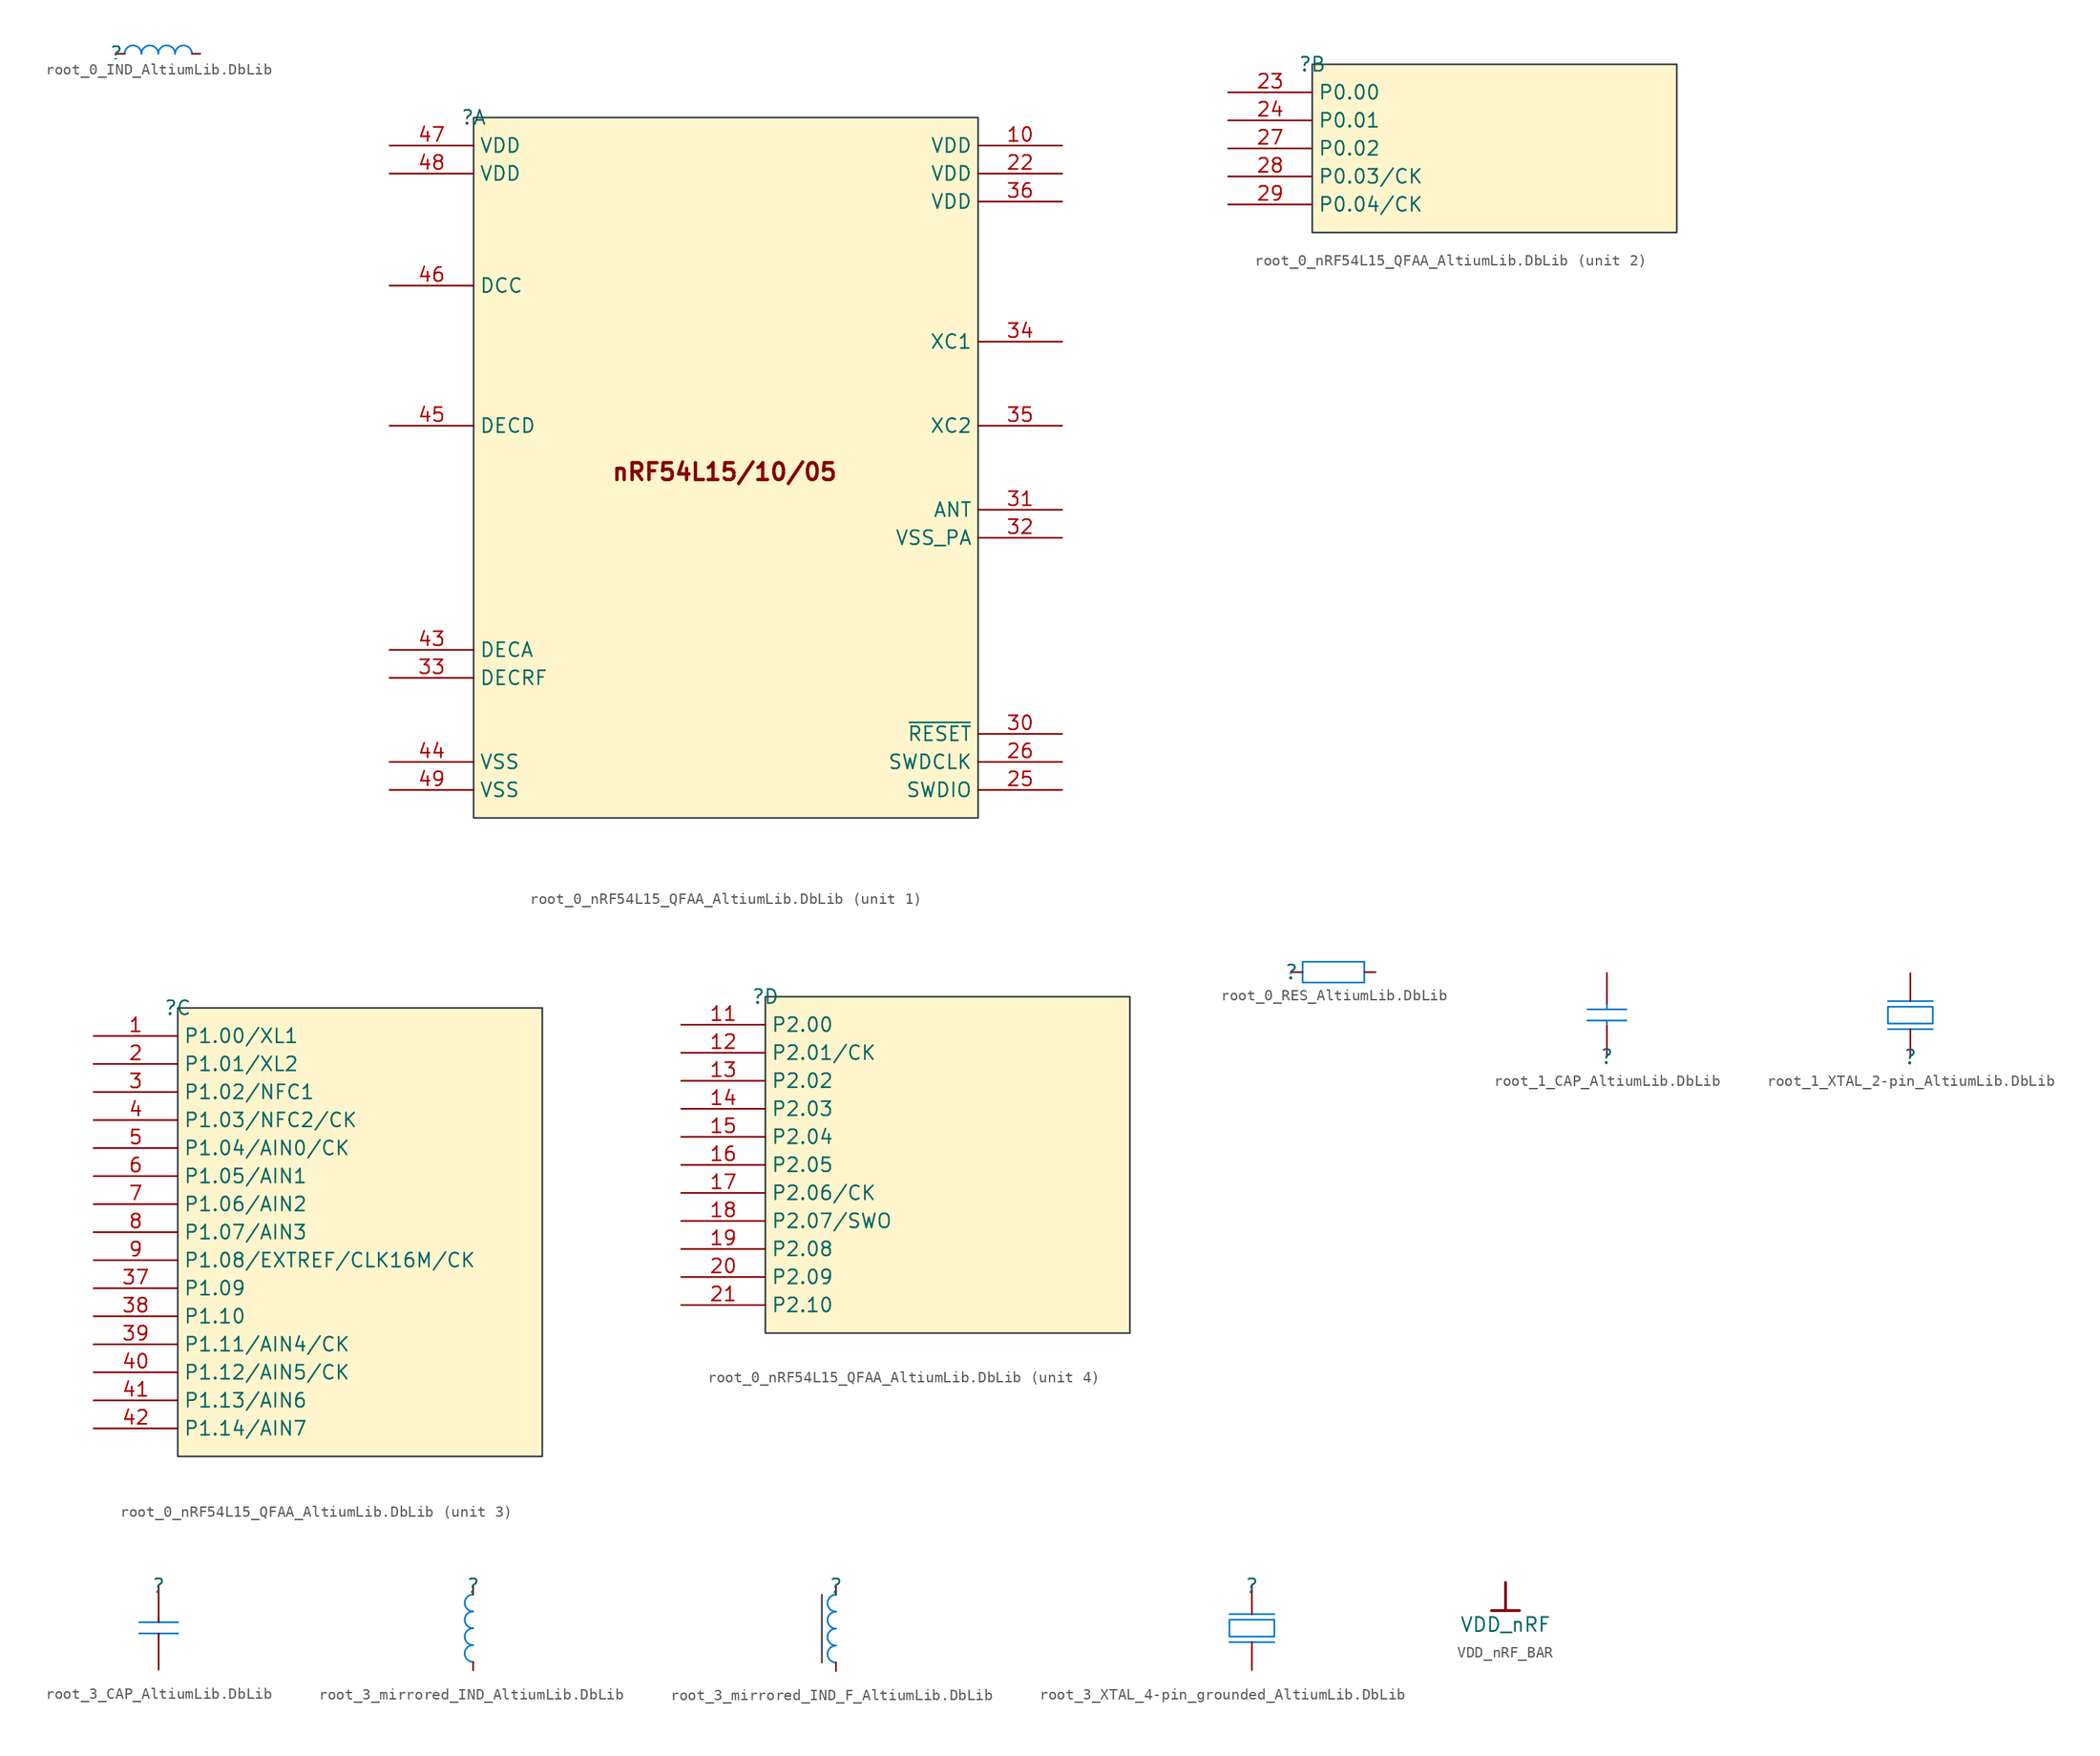
<source format=kicad_sym>
(kicad_symbol_lib
  (version 20241209)
  (generator "kicad_symbol_editor")
  (generator_version "9.0")
  (symbol "root_0_IND_AltiumLib.DbLib"
    (pin_numbers
      (hide yes))
    (pin_names
      (hide yes))
    (property "Reference" ""
      (at 0 0 0)
      (effects (font (size 1.27 1.27))))
    (property "Value" ""
      (at 0 0 0)
      (effects (font (size 1.27 1.27))))
    (symbol "root_0_IND_AltiumLib.DbLib_1_0"
      (arc (start 0.762 0) (mid 1.524 0.762) (end 2.286 0) (stroke (width 0) (type solid) (color 0 119 200 1)) (fill (type none)))
      (arc (start 2.286 0) (mid 3.048 0.762) (end 3.81 0) (stroke (width 0) (type solid) (color 0 119 200 1)) (fill (type none)))
      (arc (start 3.81 0) (mid 4.572 0.762) (end 5.334 0) (stroke (width 0) (type solid) (color 0 119 200 1)) (fill (type none)))
      (arc (start 5.334 0) (mid 6.096 0.762) (end 6.858 0) (stroke (width 0) (type solid) (color 0 119 200 1)) (fill (type none)))
      (pin passive line (at 0 0 0) (length 0.762) (name "1" (effects (font (size 1.27 1.27)))) (number "1" (effects (font (size 1.27 1.27)))))
      (pin passive line (at 7.62 0 180) (length 0.762) (name "2" (effects (font (size 1.27 1.27)))) (number "2" (effects (font (size 1.27 1.27)))))))
  (symbol "root_0_nRF54L15_QFAA_AltiumLib.DbLib"
    (property "Reference" ""
      (at 0 0 0)
      (effects (font (size 1.27 1.27))))
    (property "Value" ""
      (at 0 0 0)
      (effects (font (size 1.27 1.27))))
    (symbol "root_0_nRF54L15_QFAA_AltiumLib.DbLib_1_0"
      (rectangle (start 45.72 0) (end 0 -63.5) (stroke (width 0) (type solid) (color 51 63 72 1)) (fill (type color) (color 255 245 204 1)))
      (text "nRF54L15/10/05" (at 22.749 -33.02 0) (effects (font (size 1.524 1.524) (thickness 0.305) (bold yes)) (justify bottom)))
      (pin power_in line (at -7.62 -2.54 0) (length 7.62) (name "VDD" (effects (font (size 1.27 1.27)))) (number "47" (effects (font (size 1.27 1.27)))))
      (pin power_in line (at -7.62 -5.08 0) (length 7.62) (name "VDD" (effects (font (size 1.27 1.27)))) (number "48" (effects (font (size 1.27 1.27)))))
      (pin output line (at -7.62 -15.24 0) (length 7.62) (name "DCC" (effects (font (size 1.27 1.27)))) (number "46" (effects (font (size 1.27 1.27)))))
      (pin power_in line (at -7.62 -27.94 0) (length 7.62) (name "DECD" (effects (font (size 1.27 1.27)))) (number "45" (effects (font (size 1.27 1.27)))))
      (pin power_in line (at -7.62 -48.26 0) (length 7.62) (name "DECA" (effects (font (size 1.27 1.27)))) (number "43" (effects (font (size 1.27 1.27)))))
      (pin power_in line (at -7.62 -50.8 0) (length 7.62) (name "DECRF" (effects (font (size 1.27 1.27)))) (number "33" (effects (font (size 1.27 1.27)))))
      (pin power_in line (at -7.62 -58.42 0) (length 7.62) (name "VSS" (effects (font (size 1.27 1.27)))) (number "44" (effects (font (size 1.27 1.27)))))
      (pin power_in line (at -7.62 -60.96 0) (length 7.62) (name "VSS" (effects (font (size 1.27 1.27)))) (number "49" (effects (font (size 1.27 1.27)))))
      (pin power_in line (at 53.34 -2.54 180) (length 7.62) (name "VDD" (effects (font (size 1.27 1.27)))) (number "10" (effects (font (size 1.27 1.27)))))
      (pin power_in line (at 53.34 -5.08 180) (length 7.62) (name "VDD" (effects (font (size 1.27 1.27)))) (number "22" (effects (font (size 1.27 1.27)))))
      (pin power_in line (at 53.34 -7.62 180) (length 7.62) (name "VDD" (effects (font (size 1.27 1.27)))) (number "36" (effects (font (size 1.27 1.27)))))
      (pin input line (at 53.34 -20.32 180) (length 7.62) (name "XC1" (effects (font (size 1.27 1.27)))) (number "34" (effects (font (size 1.27 1.27)))))
      (pin output line (at 53.34 -27.94 180) (length 7.62) (name "XC2" (effects (font (size 1.27 1.27)))) (number "35" (effects (font (size 1.27 1.27)))))
      (pin bidirectional line (at 53.34 -35.56 180) (length 7.62) (name "ANT" (effects (font (size 1.27 1.27)))) (number "31" (effects (font (size 1.27 1.27)))))
      (pin power_in line (at 53.34 -38.1 180) (length 7.62) (name "VSS_PA" (effects (font (size 1.27 1.27)))) (number "32" (effects (font (size 1.27 1.27)))))
      (pin input line (at 53.34 -55.88 180) (length 7.62) (name "~{RESET}" (effects (font (size 1.27 1.27)))) (number "30" (effects (font (size 1.27 1.27)))))
      (pin input line (at 53.34 -58.42 180) (length 7.62) (name "SWDCLK" (effects (font (size 1.27 1.27)))) (number "26" (effects (font (size 1.27 1.27)))))
      (pin bidirectional line (at 53.34 -60.96 180) (length 7.62) (name "SWDIO" (effects (font (size 1.27 1.27)))) (number "25" (effects (font (size 1.27 1.27))))))
    (symbol "root_0_nRF54L15_QFAA_AltiumLib.DbLib_2_0"
      (rectangle (start 33.02 0) (end 0 -15.24) (stroke (width 0) (type solid) (color 51 63 72 1)) (fill (type color) (color 255 245 204 1)))
      (pin bidirectional line (at -7.62 -2.54 0) (length 7.62) (name "P0.00" (effects (font (size 1.27 1.27)))) (number "23" (effects (font (size 1.27 1.27)))))
      (pin bidirectional line (at -7.62 -5.08 0) (length 7.62) (name "P0.01" (effects (font (size 1.27 1.27)))) (number "24" (effects (font (size 1.27 1.27)))))
      (pin bidirectional line (at -7.62 -7.62 0) (length 7.62) (name "P0.02" (effects (font (size 1.27 1.27)))) (number "27" (effects (font (size 1.27 1.27)))))
      (pin bidirectional line (at -7.62 -10.16 0) (length 7.62) (name "P0.03/CK" (effects (font (size 1.27 1.27)))) (number "28" (effects (font (size 1.27 1.27)))))
      (pin bidirectional line (at -7.62 -12.7 0) (length 7.62) (name "P0.04/CK" (effects (font (size 1.27 1.27)))) (number "29" (effects (font (size 1.27 1.27))))))
    (symbol "root_0_nRF54L15_QFAA_AltiumLib.DbLib_3_0"
      (rectangle (start 33.02 0) (end 0 -40.64) (stroke (width 0) (type solid) (color 51 63 72 1)) (fill (type color) (color 255 245 204 1)))
      (pin bidirectional line (at -7.62 -2.54 0) (length 7.62) (name "P1.00/XL1" (effects (font (size 1.27 1.27)))) (number "1" (effects (font (size 1.27 1.27)))))
      (pin bidirectional line (at -7.62 -5.08 0) (length 7.62) (name "P1.01/XL2" (effects (font (size 1.27 1.27)))) (number "2" (effects (font (size 1.27 1.27)))))
      (pin bidirectional line (at -7.62 -7.62 0) (length 7.62) (name "P1.02/NFC1" (effects (font (size 1.27 1.27)))) (number "3" (effects (font (size 1.27 1.27)))))
      (pin bidirectional line (at -7.62 -10.16 0) (length 7.62) (name "P1.03/NFC2/CK" (effects (font (size 1.27 1.27)))) (number "4" (effects (font (size 1.27 1.27)))))
      (pin bidirectional line (at -7.62 -12.7 0) (length 7.62) (name "P1.04/AIN0/CK" (effects (font (size 1.27 1.27)))) (number "5" (effects (font (size 1.27 1.27)))))
      (pin bidirectional line (at -7.62 -15.24 0) (length 7.62) (name "P1.05/AIN1" (effects (font (size 1.27 1.27)))) (number "6" (effects (font (size 1.27 1.27)))))
      (pin bidirectional line (at -7.62 -17.78 0) (length 7.62) (name "P1.06/AIN2" (effects (font (size 1.27 1.27)))) (number "7" (effects (font (size 1.27 1.27)))))
      (pin bidirectional line (at -7.62 -20.32 0) (length 7.62) (name "P1.07/AIN3" (effects (font (size 1.27 1.27)))) (number "8" (effects (font (size 1.27 1.27)))))
      (pin bidirectional line (at -7.62 -22.86 0) (length 7.62) (name "P1.08/EXTREF/CLK16M/CK" (effects (font (size 1.27 1.27)))) (number "9" (effects (font (size 1.27 1.27)))))
      (pin bidirectional line (at -7.62 -25.4 0) (length 7.62) (name "P1.09" (effects (font (size 1.27 1.27)))) (number "37" (effects (font (size 1.27 1.27)))))
      (pin bidirectional line (at -7.62 -27.94 0) (length 7.62) (name "P1.10" (effects (font (size 1.27 1.27)))) (number "38" (effects (font (size 1.27 1.27)))))
      (pin bidirectional line (at -7.62 -30.48 0) (length 7.62) (name "P1.11/AIN4/CK" (effects (font (size 1.27 1.27)))) (number "39" (effects (font (size 1.27 1.27)))))
      (pin bidirectional line (at -7.62 -33.02 0) (length 7.62) (name "P1.12/AIN5/CK" (effects (font (size 1.27 1.27)))) (number "40" (effects (font (size 1.27 1.27)))))
      (pin bidirectional line (at -7.62 -35.56 0) (length 7.62) (name "P1.13/AIN6" (effects (font (size 1.27 1.27)))) (number "41" (effects (font (size 1.27 1.27)))))
      (pin bidirectional line (at -7.62 -38.1 0) (length 7.62) (name "P1.14/AIN7" (effects (font (size 1.27 1.27)))) (number "42" (effects (font (size 1.27 1.27))))))
    (symbol "root_0_nRF54L15_QFAA_AltiumLib.DbLib_4_0"
      (rectangle (start 33.02 0) (end 0 -30.48) (stroke (width 0) (type solid) (color 51 63 72 1)) (fill (type color) (color 255 245 204 1)))
      (pin bidirectional line (at -7.62 -2.54 0) (length 7.62) (name "P2.00" (effects (font (size 1.27 1.27)))) (number "11" (effects (font (size 1.27 1.27)))))
      (pin bidirectional line (at -7.62 -5.08 0) (length 7.62) (name "P2.01/CK" (effects (font (size 1.27 1.27)))) (number "12" (effects (font (size 1.27 1.27)))))
      (pin bidirectional line (at -7.62 -7.62 0) (length 7.62) (name "P2.02" (effects (font (size 1.27 1.27)))) (number "13" (effects (font (size 1.27 1.27)))))
      (pin bidirectional line (at -7.62 -10.16 0) (length 7.62) (name "P2.03" (effects (font (size 1.27 1.27)))) (number "14" (effects (font (size 1.27 1.27)))))
      (pin bidirectional line (at -7.62 -12.7 0) (length 7.62) (name "P2.04" (effects (font (size 1.27 1.27)))) (number "15" (effects (font (size 1.27 1.27)))))
      (pin bidirectional line (at -7.62 -15.24 0) (length 7.62) (name "P2.05" (effects (font (size 1.27 1.27)))) (number "16" (effects (font (size 1.27 1.27)))))
      (pin bidirectional line (at -7.62 -17.78 0) (length 7.62) (name "P2.06/CK" (effects (font (size 1.27 1.27)))) (number "17" (effects (font (size 1.27 1.27)))))
      (pin bidirectional line (at -7.62 -20.32 0) (length 7.62) (name "P2.07/SWO" (effects (font (size 1.27 1.27)))) (number "18" (effects (font (size 1.27 1.27)))))
      (pin bidirectional line (at -7.62 -22.86 0) (length 7.62) (name "P2.08" (effects (font (size 1.27 1.27)))) (number "19" (effects (font (size 1.27 1.27)))))
      (pin bidirectional line (at -7.62 -25.4 0) (length 7.62) (name "P2.09" (effects (font (size 1.27 1.27)))) (number "20" (effects (font (size 1.27 1.27)))))
      (pin bidirectional line (at -7.62 -27.94 0) (length 7.62) (name "P2.10" (effects (font (size 1.27 1.27)))) (number "21" (effects (font (size 1.27 1.27)))))))
  (symbol "root_0_RES_AltiumLib.DbLib"
    (pin_numbers
      (hide yes))
    (pin_names
      (hide yes))
    (property "Reference" ""
      (at 0 0 0)
      (effects (font (size 1.27 1.27))))
    (property "Value" ""
      (at 0 0 0)
      (effects (font (size 1.27 1.27))))
    (symbol "root_0_RES_AltiumLib.DbLib_1_0"
      (polyline (pts (xy 6.604 0.94) (xy 1.016 0.94) (xy 1.016 -0.94) (xy 6.604 -0.94) (xy 6.604 0.94)) (stroke (width 0) (type solid) (color 0 119 200 1)) (fill (type none)))
      (pin passive line (at 0 0 0) (length 1.016) (name "1" (effects (font (size 1.27 1.27)))) (number "1" (effects (font (size 1.27 1.27)))))
      (pin passive line (at 7.62 0 180) (length 1.016) (name "2" (effects (font (size 1.27 1.27)))) (number "2" (effects (font (size 1.27 1.27)))))))
  (symbol "root_1_CAP_AltiumLib.DbLib"
    (pin_numbers
      (hide yes))
    (pin_names
      (hide yes))
    (property "Reference" ""
      (at 0 0 0)
      (effects (font (size 1.27 1.27))))
    (property "Value" ""
      (at 0 0 0)
      (effects (font (size 1.27 1.27))))
    (symbol "root_1_CAP_AltiumLib.DbLib_1_0"
      (polyline (pts (xy 0 4.318) (xy 0 4.826)) (stroke (width 0) (type solid) (color 0 119 200 1)) (fill (type none)))
      (polyline (pts (xy 0 3.302) (xy 0 2.794)) (stroke (width 0) (type solid) (color 0 119 200 1)) (fill (type none)))
      (polyline (pts (xy 1.778 4.318) (xy -1.778 4.318)) (stroke (width 0) (type solid) (color 0 119 200 1)) (fill (type none)))
      (polyline (pts (xy 1.778 3.302) (xy -1.778 3.302)) (stroke (width 0) (type solid) (color 0 119 200 1)) (fill (type none)))
      (pin passive line (at 0 7.62 270) (length 2.794) (name "2" (effects (font (size 1.27 1.27)))) (number "2" (effects (font (size 1.27 1.27)))))
      (pin passive line (at 0 0 90) (length 2.794) (name "1" (effects (font (size 1.27 1.27)))) (number "1" (effects (font (size 1.27 1.27)))))))
  (symbol "root_1_XTAL_2-pin_AltiumLib.DbLib"
    (pin_numbers
      (hide yes))
    (pin_names
      (hide yes))
    (property "Reference" ""
      (at 0 0 0)
      (effects (font (size 1.27 1.27))))
    (property "Value" ""
      (at 0 0 0)
      (effects (font (size 1.27 1.27))))
    (symbol "root_1_XTAL_2-pin_AltiumLib.DbLib_1_0"
      (polyline (pts (xy -2.032 5.08) (xy 2.032 5.08)) (stroke (width 0) (type solid) (color 0 119 200 1)) (fill (type none)))
      (polyline (pts (xy -2.032 2.54) (xy 2.032 2.54)) (stroke (width 0) (type solid) (color 0 119 200 1)) (fill (type none)))
      (polyline (pts (xy 2.032 4.572) (xy -2.032 4.572) (xy -2.032 3.048) (xy 2.032 3.048) (xy 2.032 4.572)) (stroke (width 0) (type solid) (color 0 119 200 1)) (fill (type none)))
      (pin passive line (at 0 7.62 270) (length 2.54) (name "out" (effects (font (size 1.27 1.27)))) (number "2" (effects (font (size 1.27 1.27)))))
      (pin passive line (at 0 0 90) (length 2.54) (name "inp" (effects (font (size 1.27 1.27)))) (number "1" (effects (font (size 1.27 1.27)))))))
  (symbol "root_3_CAP_AltiumLib.DbLib"
    (pin_numbers
      (hide yes))
    (pin_names
      (hide yes))
    (property "Reference" ""
      (at 0 0 0)
      (effects (font (size 1.27 1.27))))
    (property "Value" ""
      (at 0 0 0)
      (effects (font (size 1.27 1.27))))
    (symbol "root_3_CAP_AltiumLib.DbLib_1_0"
      (polyline (pts (xy -1.778 -3.302) (xy 1.778 -3.302)) (stroke (width 0) (type solid) (color 0 119 200 1)) (fill (type none)))
      (polyline (pts (xy -1.778 -4.318) (xy 1.778 -4.318)) (stroke (width 0) (type solid) (color 0 119 200 1)) (fill (type none)))
      (polyline (pts (xy 0 -3.302) (xy 0 -2.794)) (stroke (width 0) (type solid) (color 0 119 200 1)) (fill (type none)))
      (polyline (pts (xy 0 -4.318) (xy 0 -4.826)) (stroke (width 0) (type solid) (color 0 119 200 1)) (fill (type none)))
      (pin passive line (at 0 0 270) (length 3.302) (name "1" (effects (font (size 1.27 1.27)))) (number "1" (effects (font (size 1.27 1.27)))))
      (pin passive line (at 0 -7.62 90) (length 3.302) (name "2" (effects (font (size 1.27 1.27)))) (number "2" (effects (font (size 1.27 1.27)))))))
  (symbol "root_3_mirrored_IND_AltiumLib.DbLib"
    (pin_numbers
      (hide yes))
    (pin_names
      (hide yes))
    (property "Reference" ""
      (at 0 0 0)
      (effects (font (size 1.27 1.27))))
    (property "Value" ""
      (at 0 0 0)
      (effects (font (size 1.27 1.27))))
    (symbol "root_3_mirrored_IND_AltiumLib.DbLib_1_0"
      (arc (start 0 -2.286) (mid -0.762 -1.524) (end 0 -0.762) (stroke (width 0) (type solid) (color 0 119 200 1)) (fill (type none)))
      (arc (start 0 -3.81) (mid -0.762 -3.048) (end 0 -2.286) (stroke (width 0) (type solid) (color 0 119 200 1)) (fill (type none)))
      (arc (start 0 -5.334) (mid -0.762 -4.572) (end 0 -3.81) (stroke (width 0) (type solid) (color 0 119 200 1)) (fill (type none)))
      (arc (start 0 -6.858) (mid -0.762 -6.096) (end 0 -5.334) (stroke (width 0) (type solid) (color 0 119 200 1)) (fill (type none)))
      (pin passive line (at 0 0 270) (length 0.762) (name "1" (effects (font (size 1.27 1.27)))) (number "1" (effects (font (size 1.27 1.27)))))
      (pin passive line (at 0 -7.62 90) (length 0.762) (name "2" (effects (font (size 1.27 1.27)))) (number "2" (effects (font (size 1.27 1.27)))))))
  (symbol "root_3_mirrored_IND_F_AltiumLib.DbLib"
    (pin_numbers
      (hide yes))
    (pin_names
      (hide yes))
    (property "Reference" ""
      (at 0 0 0)
      (effects (font (size 1.27 1.27))))
    (property "Value" ""
      (at 0 0 0)
      (effects (font (size 1.27 1.27))))
    (symbol "root_3_mirrored_IND_F_AltiumLib.DbLib_1_0"
      (polyline (pts (xy -1.27 -0.762) (xy -1.27 -6.858)) (stroke (width 0) (type solid) (color 51 63 78 1)) (fill (type none)))
      (arc (start 0 -2.286) (mid -0.762 -1.524) (end 0 -0.762) (stroke (width 0) (type solid) (color 0 119 200 1)) (fill (type none)))
      (arc (start 0 -3.81) (mid -0.762 -3.048) (end 0 -2.286) (stroke (width 0) (type solid) (color 0 119 200 1)) (fill (type none)))
      (arc (start 0 -5.334) (mid -0.762 -4.572) (end 0 -3.81) (stroke (width 0) (type solid) (color 0 119 200 1)) (fill (type none)))
      (arc (start 0 -6.858) (mid -0.762 -6.096) (end 0 -5.334) (stroke (width 0) (type solid) (color 0 119 200 1)) (fill (type none)))
      (pin passive line (at 0 0 270) (length 0.762) (name "1" (effects (font (size 1.27 1.27)))) (number "1" (effects (font (size 1.27 1.27)))))
      (pin passive line (at 0 -7.62 90) (length 0.762) (name "2" (effects (font (size 1.27 1.27)))) (number "2" (effects (font (size 1.27 1.27)))))))
  (symbol "root_3_XTAL_4-pin_grounded_AltiumLib.DbLib"
    (pin_numbers
      (hide yes))
    (pin_names
      (hide yes))
    (property "Reference" ""
      (at 0 0 0)
      (effects (font (size 1.27 1.27))))
    (property "Value" ""
      (at 0 0 0)
      (effects (font (size 1.27 1.27))))
    (symbol "root_3_XTAL_4-pin_grounded_AltiumLib.DbLib_1_0"
      (polyline (pts (xy -2.032 -4.572) (xy 2.032 -4.572) (xy 2.032 -3.048) (xy -2.032 -3.048) (xy -2.032 -4.572)) (stroke (width 0) (type solid) (color 0 119 200 1)) (fill (type none)))
      (polyline (pts (xy 2.032 -2.54) (xy -2.032 -2.54)) (stroke (width 0) (type solid) (color 0 119 200 1)) (fill (type none)))
      (polyline (pts (xy 2.032 -5.08) (xy -2.032 -5.08)) (stroke (width 0) (type solid) (color 0 119 200 1)) (fill (type none)))
      (pin passive line (at -7.112 -5.08 0) (length 2.54) (hide yes) (name "GND" (effects (font (size 1.27 1.27)))) (number "2" (effects (font (size 1.27 1.27)))))
      (pin passive line (at -7.112 -7.366 0) (length 2.54) (hide yes) (name "GND" (effects (font (size 1.27 1.27)))) (number "4" (effects (font (size 1.27 1.27)))))
      (pin passive line (at 0 0 270) (length 2.54) (name "inp" (effects (font (size 1.27 1.27)))) (number "1" (effects (font (size 1.27 1.27)))))
      (pin passive line (at 0 -7.62 90) (length 2.54) (name "out" (effects (font (size 1.27 1.27)))) (number "3" (effects (font (size 1.27 1.27)))))))
  (symbol "VDD_nRF_BAR"
    (power)
    (property "Reference" "#PWR"
      (at 0 0 0)
      (effects (font (size 1.27 1.27)) (hide yes)))
    (property "Value" "VDD_nRF"
      (at 0 -3.81 0)
      (effects (font (size 1.27 1.27))))
    (symbol "VDD_nRF_BAR_0_0"
      (polyline (pts (xy -1.27 -2.54) (xy 1.27 -2.54)) (stroke (width 0.254) (type solid)) (fill (type none)))
      (polyline (pts (xy 0 0) (xy 0 -2.54)) (stroke (width 0.254) (type solid)) (fill (type none)))
      (pin power_in line (at 0 0 0) (length 0) (hide yes) (name "VDD_nRF" (effects (font (size 1.27 1.27)))) (number "" (effects (font (size 1.27 1.27))))))))
</source>
